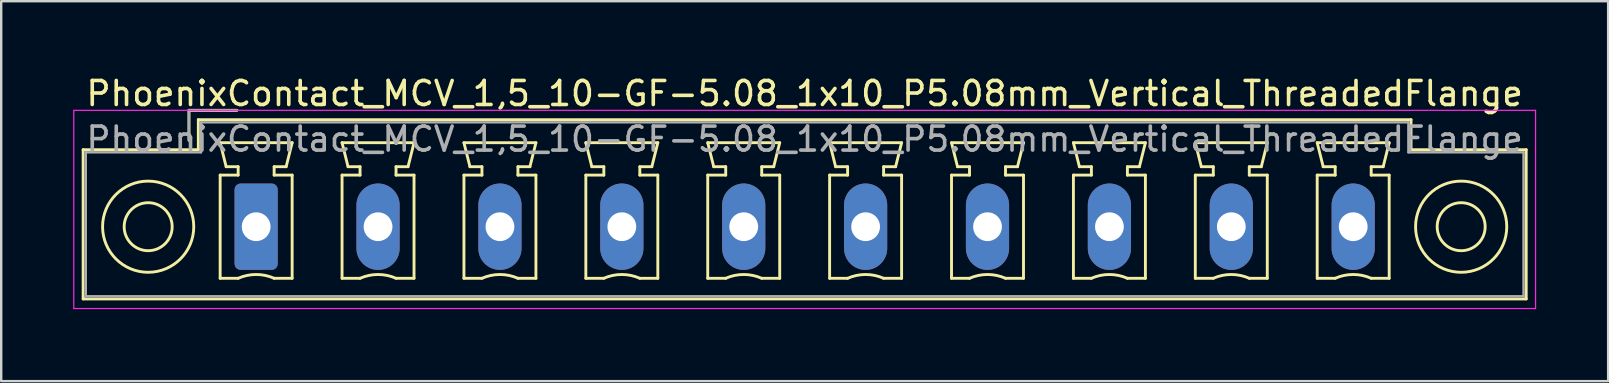
<source format=kicad_pcb>
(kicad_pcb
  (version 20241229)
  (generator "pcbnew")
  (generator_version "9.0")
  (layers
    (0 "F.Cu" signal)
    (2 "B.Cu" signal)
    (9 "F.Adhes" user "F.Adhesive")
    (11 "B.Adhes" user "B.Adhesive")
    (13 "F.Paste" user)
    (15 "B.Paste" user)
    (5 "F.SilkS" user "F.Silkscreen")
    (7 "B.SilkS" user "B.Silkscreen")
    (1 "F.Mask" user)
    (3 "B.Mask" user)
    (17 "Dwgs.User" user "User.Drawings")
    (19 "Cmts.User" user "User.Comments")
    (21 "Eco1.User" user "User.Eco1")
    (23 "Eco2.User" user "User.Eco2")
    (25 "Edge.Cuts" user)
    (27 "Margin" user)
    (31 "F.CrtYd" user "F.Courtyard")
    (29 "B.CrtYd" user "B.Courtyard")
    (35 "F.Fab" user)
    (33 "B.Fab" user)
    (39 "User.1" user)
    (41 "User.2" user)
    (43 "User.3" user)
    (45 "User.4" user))
  (footprint "PhoenixContact_MCV_1,5_10-GF-5.08_1x10_P5.08mm_Vertical_ThreadedFlange"
    (layer "F.Cu")
    (at 7.625 6.398)
    (property "Reference" "PhoenixContact_MCV_1,5_10-GF-5.08_1x10_P5.08mm_Vertical_ThreadedFlange" (at 22.86 -5.55 0) (layer "F.SilkS") (effects (font (size 1 1) (thickness 0.15))))
    (attr through_hole)
    (fp_line (start -7.21 -3.21) (end -7.21 3.01) (stroke (width 0.12) (type solid)) (layer "F.SilkS"))
    (fp_line (start -7.21 3.01) (end 52.93 3.01) (stroke (width 0.12) (type solid)) (layer "F.SilkS"))
    (fp_line (start -2.8 -4.85) (end -0.8 -4.85) (stroke (width 0.12) (type solid)) (layer "F.SilkS"))
    (fp_line (start -2.8 -3.6) (end -2.8 -4.85) (stroke (width 0.12) (type solid)) (layer "F.SilkS"))
    (fp_line (start -2.41 -4.46) (end -2.41 -3.21) (stroke (width 0.12) (type solid)) (layer "F.SilkS"))
    (fp_line (start -2.41 -3.21) (end -7.21 -3.21) (stroke (width 0.12) (type solid)) (layer "F.SilkS"))
    (fp_line (start -1.5 -3.5) (end 1.5 -3.5) (stroke (width 0.12) (type solid)) (layer "F.SilkS"))
    (fp_line (start -1.5 -2.15) (end -0.75 -2.15) (stroke (width 0.12) (type solid)) (layer "F.SilkS"))
    (fp_line (start -1.5 2.15) (end -1.5 -2.15) (stroke (width 0.12) (type solid)) (layer "F.SilkS"))
    (fp_line (start -1.25 -2.5) (end -1.5 -3.5) (stroke (width 0.12) (type solid)) (layer "F.SilkS"))
    (fp_line (start -0.75 -2.5) (end -1.25 -2.5) (stroke (width 0.12) (type solid)) (layer "F.SilkS"))
    (fp_line (start -0.75 -2.15) (end -0.75 -2.5) (stroke (width 0.12) (type solid)) (layer "F.SilkS"))
    (fp_line (start -0.75 2.15) (end -1.5 2.15) (stroke (width 0.12) (type solid)) (layer "F.SilkS"))
    (fp_line (start 0.75 -2.5) (end 0.75 -2.15) (stroke (width 0.12) (type solid)) (layer "F.SilkS"))
    (fp_line (start 0.75 -2.15) (end 1.5 -2.15) (stroke (width 0.12) (type solid)) (layer "F.SilkS"))
    (fp_line (start 1.25 -2.5) (end 0.75 -2.5) (stroke (width 0.12) (type solid)) (layer "F.SilkS"))
    (fp_line (start 1.5 -3.5) (end 1.25 -2.5) (stroke (width 0.12) (type solid)) (layer "F.SilkS"))
    (fp_line (start 1.5 -2.15) (end 1.5 2.15) (stroke (width 0.12) (type solid)) (layer "F.SilkS"))
    (fp_line (start 1.5 2.15) (end 0.75 2.15) (stroke (width 0.12) (type solid)) (layer "F.SilkS"))
    (fp_line (start 3.58 -3.5) (end 6.58 -3.5) (stroke (width 0.12) (type solid)) (layer "F.SilkS"))
    (fp_line (start 3.58 -2.15) (end 4.33 -2.15) (stroke (width 0.12) (type solid)) (layer "F.SilkS"))
    (fp_line (start 3.58 2.15) (end 3.58 -2.15) (stroke (width 0.12) (type solid)) (layer "F.SilkS"))
    (fp_line (start 3.83 -2.5) (end 3.58 -3.5) (stroke (width 0.12) (type solid)) (layer "F.SilkS"))
    (fp_line (start 4.33 -2.5) (end 3.83 -2.5) (stroke (width 0.12) (type solid)) (layer "F.SilkS"))
    (fp_line (start 4.33 -2.15) (end 4.33 -2.5) (stroke (width 0.12) (type solid)) (layer "F.SilkS"))
    (fp_line (start 4.33 2.15) (end 3.58 2.15) (stroke (width 0.12) (type solid)) (layer "F.SilkS"))
    (fp_line (start 5.83 -2.5) (end 5.83 -2.15) (stroke (width 0.12) (type solid)) (layer "F.SilkS"))
    (fp_line (start 5.83 -2.15) (end 6.58 -2.15) (stroke (width 0.12) (type solid)) (layer "F.SilkS"))
    (fp_line (start 6.33 -2.5) (end 5.83 -2.5) (stroke (width 0.12) (type solid)) (layer "F.SilkS"))
    (fp_line (start 6.58 -3.5) (end 6.33 -2.5) (stroke (width 0.12) (type solid)) (layer "F.SilkS"))
    (fp_line (start 6.58 -2.15) (end 6.58 2.15) (stroke (width 0.12) (type solid)) (layer "F.SilkS"))
    (fp_line (start 6.58 2.15) (end 5.83 2.15) (stroke (width 0.12) (type solid)) (layer "F.SilkS"))
    (fp_line (start 8.66 -3.5) (end 11.66 -3.5) (stroke (width 0.12) (type solid)) (layer "F.SilkS"))
    (fp_line (start 8.66 -2.15) (end 9.41 -2.15) (stroke (width 0.12) (type solid)) (layer "F.SilkS"))
    (fp_line (start 8.66 2.15) (end 8.66 -2.15) (stroke (width 0.12) (type solid)) (layer "F.SilkS"))
    (fp_line (start 8.91 -2.5) (end 8.66 -3.5) (stroke (width 0.12) (type solid)) (layer "F.SilkS"))
    (fp_line (start 9.41 -2.5) (end 8.91 -2.5) (stroke (width 0.12) (type solid)) (layer "F.SilkS"))
    (fp_line (start 9.41 -2.15) (end 9.41 -2.5) (stroke (width 0.12) (type solid)) (layer "F.SilkS"))
    (fp_line (start 9.41 2.15) (end 8.66 2.15) (stroke (width 0.12) (type solid)) (layer "F.SilkS"))
    (fp_line (start 10.91 -2.5) (end 10.91 -2.15) (stroke (width 0.12) (type solid)) (layer "F.SilkS"))
    (fp_line (start 10.91 -2.15) (end 11.66 -2.15) (stroke (width 0.12) (type solid)) (layer "F.SilkS"))
    (fp_line (start 11.41 -2.5) (end 10.91 -2.5) (stroke (width 0.12) (type solid)) (layer "F.SilkS"))
    (fp_line (start 11.66 -3.5) (end 11.41 -2.5) (stroke (width 0.12) (type solid)) (layer "F.SilkS"))
    (fp_line (start 11.66 -2.15) (end 11.66 2.15) (stroke (width 0.12) (type solid)) (layer "F.SilkS"))
    (fp_line (start 11.66 2.15) (end 10.91 2.15) (stroke (width 0.12) (type solid)) (layer "F.SilkS"))
    (fp_line (start 13.74 -3.5) (end 16.74 -3.5) (stroke (width 0.12) (type solid)) (layer "F.SilkS"))
    (fp_line (start 13.74 -2.15) (end 14.49 -2.15) (stroke (width 0.12) (type solid)) (layer "F.SilkS"))
    (fp_line (start 13.74 2.15) (end 13.74 -2.15) (stroke (width 0.12) (type solid)) (layer "F.SilkS"))
    (fp_line (start 13.99 -2.5) (end 13.74 -3.5) (stroke (width 0.12) (type solid)) (layer "F.SilkS"))
    (fp_line (start 14.49 -2.5) (end 13.99 -2.5) (stroke (width 0.12) (type solid)) (layer "F.SilkS"))
    (fp_line (start 14.49 -2.15) (end 14.49 -2.5) (stroke (width 0.12) (type solid)) (layer "F.SilkS"))
    (fp_line (start 14.49 2.15) (end 13.74 2.15) (stroke (width 0.12) (type solid)) (layer "F.SilkS"))
    (fp_line (start 15.99 -2.5) (end 15.99 -2.15) (stroke (width 0.12) (type solid)) (layer "F.SilkS"))
    (fp_line (start 15.99 -2.15) (end 16.74 -2.15) (stroke (width 0.12) (type solid)) (layer "F.SilkS"))
    (fp_line (start 16.49 -2.5) (end 15.99 -2.5) (stroke (width 0.12) (type solid)) (layer "F.SilkS"))
    (fp_line (start 16.74 -3.5) (end 16.49 -2.5) (stroke (width 0.12) (type solid)) (layer "F.SilkS"))
    (fp_line (start 16.74 -2.15) (end 16.74 2.15) (stroke (width 0.12) (type solid)) (layer "F.SilkS"))
    (fp_line (start 16.74 2.15) (end 15.99 2.15) (stroke (width 0.12) (type solid)) (layer "F.SilkS"))
    (fp_line (start 18.82 -3.5) (end 21.82 -3.5) (stroke (width 0.12) (type solid)) (layer "F.SilkS"))
    (fp_line (start 18.82 -2.15) (end 19.57 -2.15) (stroke (width 0.12) (type solid)) (layer "F.SilkS"))
    (fp_line (start 18.82 2.15) (end 18.82 -2.15) (stroke (width 0.12) (type solid)) (layer "F.SilkS"))
    (fp_line (start 19.07 -2.5) (end 18.82 -3.5) (stroke (width 0.12) (type solid)) (layer "F.SilkS"))
    (fp_line (start 19.57 -2.5) (end 19.07 -2.5) (stroke (width 0.12) (type solid)) (layer "F.SilkS"))
    (fp_line (start 19.57 -2.15) (end 19.57 -2.5) (stroke (width 0.12) (type solid)) (layer "F.SilkS"))
    (fp_line (start 19.57 2.15) (end 18.82 2.15) (stroke (width 0.12) (type solid)) (layer "F.SilkS"))
    (fp_line (start 21.07 -2.5) (end 21.07 -2.15) (stroke (width 0.12) (type solid)) (layer "F.SilkS"))
    (fp_line (start 21.07 -2.15) (end 21.82 -2.15) (stroke (width 0.12) (type solid)) (layer "F.SilkS"))
    (fp_line (start 21.57 -2.5) (end 21.07 -2.5) (stroke (width 0.12) (type solid)) (layer "F.SilkS"))
    (fp_line (start 21.82 -3.5) (end 21.57 -2.5) (stroke (width 0.12) (type solid)) (layer "F.SilkS"))
    (fp_line (start 21.82 -2.15) (end 21.82 2.15) (stroke (width 0.12) (type solid)) (layer "F.SilkS"))
    (fp_line (start 21.82 2.15) (end 21.07 2.15) (stroke (width 0.12) (type solid)) (layer "F.SilkS"))
    (fp_line (start 23.9 -3.5) (end 26.9 -3.5) (stroke (width 0.12) (type solid)) (layer "F.SilkS"))
    (fp_line (start 23.9 -2.15) (end 24.65 -2.15) (stroke (width 0.12) (type solid)) (layer "F.SilkS"))
    (fp_line (start 23.9 2.15) (end 23.9 -2.15) (stroke (width 0.12) (type solid)) (layer "F.SilkS"))
    (fp_line (start 24.15 -2.5) (end 23.9 -3.5) (stroke (width 0.12) (type solid)) (layer "F.SilkS"))
    (fp_line (start 24.65 -2.5) (end 24.15 -2.5) (stroke (width 0.12) (type solid)) (layer "F.SilkS"))
    (fp_line (start 24.65 -2.15) (end 24.65 -2.5) (stroke (width 0.12) (type solid)) (layer "F.SilkS"))
    (fp_line (start 24.65 2.15) (end 23.9 2.15) (stroke (width 0.12) (type solid)) (layer "F.SilkS"))
    (fp_line (start 26.15 -2.5) (end 26.15 -2.15) (stroke (width 0.12) (type solid)) (layer "F.SilkS"))
    (fp_line (start 26.15 -2.15) (end 26.9 -2.15) (stroke (width 0.12) (type solid)) (layer "F.SilkS"))
    (fp_line (start 26.65 -2.5) (end 26.15 -2.5) (stroke (width 0.12) (type solid)) (layer "F.SilkS"))
    (fp_line (start 26.9 -3.5) (end 26.65 -2.5) (stroke (width 0.12) (type solid)) (layer "F.SilkS"))
    (fp_line (start 26.9 -2.15) (end 26.9 2.15) (stroke (width 0.12) (type solid)) (layer "F.SilkS"))
    (fp_line (start 26.9 2.15) (end 26.15 2.15) (stroke (width 0.12) (type solid)) (layer "F.SilkS"))
    (fp_line (start 28.98 -3.5) (end 31.98 -3.5) (stroke (width 0.12) (type solid)) (layer "F.SilkS"))
    (fp_line (start 28.98 -2.15) (end 29.73 -2.15) (stroke (width 0.12) (type solid)) (layer "F.SilkS"))
    (fp_line (start 28.98 2.15) (end 28.98 -2.15) (stroke (width 0.12) (type solid)) (layer "F.SilkS"))
    (fp_line (start 29.23 -2.5) (end 28.98 -3.5) (stroke (width 0.12) (type solid)) (layer "F.SilkS"))
    (fp_line (start 29.73 -2.5) (end 29.23 -2.5) (stroke (width 0.12) (type solid)) (layer "F.SilkS"))
    (fp_line (start 29.73 -2.15) (end 29.73 -2.5) (stroke (width 0.12) (type solid)) (layer "F.SilkS"))
    (fp_line (start 29.73 2.15) (end 28.98 2.15) (stroke (width 0.12) (type solid)) (layer "F.SilkS"))
    (fp_line (start 31.23 -2.5) (end 31.23 -2.15) (stroke (width 0.12) (type solid)) (layer "F.SilkS"))
    (fp_line (start 31.23 -2.15) (end 31.98 -2.15) (stroke (width 0.12) (type solid)) (layer "F.SilkS"))
    (fp_line (start 31.73 -2.5) (end 31.23 -2.5) (stroke (width 0.12) (type solid)) (layer "F.SilkS"))
    (fp_line (start 31.98 -3.5) (end 31.73 -2.5) (stroke (width 0.12) (type solid)) (layer "F.SilkS"))
    (fp_line (start 31.98 -2.15) (end 31.98 2.15) (stroke (width 0.12) (type solid)) (layer "F.SilkS"))
    (fp_line (start 31.98 2.15) (end 31.23 2.15) (stroke (width 0.12) (type solid)) (layer "F.SilkS"))
    (fp_line (start 34.06 -3.5) (end 37.06 -3.5) (stroke (width 0.12) (type solid)) (layer "F.SilkS"))
    (fp_line (start 34.06 -2.15) (end 34.81 -2.15) (stroke (width 0.12) (type solid)) (layer "F.SilkS"))
    (fp_line (start 34.06 2.15) (end 34.06 -2.15) (stroke (width 0.12) (type solid)) (layer "F.SilkS"))
    (fp_line (start 34.31 -2.5) (end 34.06 -3.5) (stroke (width 0.12) (type solid)) (layer "F.SilkS"))
    (fp_line (start 34.81 -2.5) (end 34.31 -2.5) (stroke (width 0.12) (type solid)) (layer "F.SilkS"))
    (fp_line (start 34.81 -2.15) (end 34.81 -2.5) (stroke (width 0.12) (type solid)) (layer "F.SilkS"))
    (fp_line (start 34.81 2.15) (end 34.06 2.15) (stroke (width 0.12) (type solid)) (layer "F.SilkS"))
    (fp_line (start 36.31 -2.5) (end 36.31 -2.15) (stroke (width 0.12) (type solid)) (layer "F.SilkS"))
    (fp_line (start 36.31 -2.15) (end 37.06 -2.15) (stroke (width 0.12) (type solid)) (layer "F.SilkS"))
    (fp_line (start 36.81 -2.5) (end 36.31 -2.5) (stroke (width 0.12) (type solid)) (layer "F.SilkS"))
    (fp_line (start 37.06 -3.5) (end 36.81 -2.5) (stroke (width 0.12) (type solid)) (layer "F.SilkS"))
    (fp_line (start 37.06 -2.15) (end 37.06 2.15) (stroke (width 0.12) (type solid)) (layer "F.SilkS"))
    (fp_line (start 37.06 2.15) (end 36.31 2.15) (stroke (width 0.12) (type solid)) (layer "F.SilkS"))
    (fp_line (start 39.14 -3.5) (end 42.14 -3.5) (stroke (width 0.12) (type solid)) (layer "F.SilkS"))
    (fp_line (start 39.14 -2.15) (end 39.89 -2.15) (stroke (width 0.12) (type solid)) (layer "F.SilkS"))
    (fp_line (start 39.14 2.15) (end 39.14 -2.15) (stroke (width 0.12) (type solid)) (layer "F.SilkS"))
    (fp_line (start 39.39 -2.5) (end 39.14 -3.5) (stroke (width 0.12) (type solid)) (layer "F.SilkS"))
    (fp_line (start 39.89 -2.5) (end 39.39 -2.5) (stroke (width 0.12) (type solid)) (layer "F.SilkS"))
    (fp_line (start 39.89 -2.15) (end 39.89 -2.5) (stroke (width 0.12) (type solid)) (layer "F.SilkS"))
    (fp_line (start 39.89 2.15) (end 39.14 2.15) (stroke (width 0.12) (type solid)) (layer "F.SilkS"))
    (fp_line (start 41.39 -2.5) (end 41.39 -2.15) (stroke (width 0.12) (type solid)) (layer "F.SilkS"))
    (fp_line (start 41.39 -2.15) (end 42.14 -2.15) (stroke (width 0.12) (type solid)) (layer "F.SilkS"))
    (fp_line (start 41.89 -2.5) (end 41.39 -2.5) (stroke (width 0.12) (type solid)) (layer "F.SilkS"))
    (fp_line (start 42.14 -3.5) (end 41.89 -2.5) (stroke (width 0.12) (type solid)) (layer "F.SilkS"))
    (fp_line (start 42.14 -2.15) (end 42.14 2.15) (stroke (width 0.12) (type solid)) (layer "F.SilkS"))
    (fp_line (start 42.14 2.15) (end 41.39 2.15) (stroke (width 0.12) (type solid)) (layer "F.SilkS"))
    (fp_line (start 44.22 -3.5) (end 47.22 -3.5) (stroke (width 0.12) (type solid)) (layer "F.SilkS"))
    (fp_line (start 44.22 -2.15) (end 44.97 -2.15) (stroke (width 0.12) (type solid)) (layer "F.SilkS"))
    (fp_line (start 44.22 2.15) (end 44.22 -2.15) (stroke (width 0.12) (type solid)) (layer "F.SilkS"))
    (fp_line (start 44.47 -2.5) (end 44.22 -3.5) (stroke (width 0.12) (type solid)) (layer "F.SilkS"))
    (fp_line (start 44.97 -2.5) (end 44.47 -2.5) (stroke (width 0.12) (type solid)) (layer "F.SilkS"))
    (fp_line (start 44.97 -2.15) (end 44.97 -2.5) (stroke (width 0.12) (type solid)) (layer "F.SilkS"))
    (fp_line (start 44.97 2.15) (end 44.22 2.15) (stroke (width 0.12) (type solid)) (layer "F.SilkS"))
    (fp_line (start 46.47 -2.5) (end 46.47 -2.15) (stroke (width 0.12) (type solid)) (layer "F.SilkS"))
    (fp_line (start 46.47 -2.15) (end 47.22 -2.15) (stroke (width 0.12) (type solid)) (layer "F.SilkS"))
    (fp_line (start 46.97 -2.5) (end 46.47 -2.5) (stroke (width 0.12) (type solid)) (layer "F.SilkS"))
    (fp_line (start 47.22 -3.5) (end 46.97 -2.5) (stroke (width 0.12) (type solid)) (layer "F.SilkS"))
    (fp_line (start 47.22 -2.15) (end 47.22 2.15) (stroke (width 0.12) (type solid)) (layer "F.SilkS"))
    (fp_line (start 47.22 2.15) (end 46.47 2.15) (stroke (width 0.12) (type solid)) (layer "F.SilkS"))
    (fp_line (start 48.13 -4.46) (end -2.41 -4.46) (stroke (width 0.12) (type solid)) (layer "F.SilkS"))
    (fp_line (start 48.13 -3.21) (end 48.13 -4.46) (stroke (width 0.12) (type solid)) (layer "F.SilkS"))
    (fp_line (start 52.93 -3.21) (end 48.13 -3.21) (stroke (width 0.12) (type solid)) (layer "F.SilkS"))
    (fp_line (start 52.93 3.01) (end 52.93 -3.21) (stroke (width 0.12) (type solid)) (layer "F.SilkS"))
    (fp_arc (start -0.75 2.15) (mid -0.000193 1.99191) (end 0.749647 2.149844) (stroke (width 0.12) (type solid)) (layer "F.SilkS"))
    (fp_arc (start 4.33 2.15) (mid 5.079807 1.99191) (end 5.829647 2.149844) (stroke (width 0.12) (type solid)) (layer "F.SilkS"))
    (fp_arc (start 9.41 2.15) (mid 10.159807 1.99191) (end 10.909647 2.149844) (stroke (width 0.12) (type solid)) (layer "F.SilkS"))
    (fp_arc (start 14.49 2.15) (mid 15.239807 1.99191) (end 15.989647 2.149844) (stroke (width 0.12) (type solid)) (layer "F.SilkS"))
    (fp_arc (start 19.57 2.15) (mid 20.319807 1.99191) (end 21.069647 2.149844) (stroke (width 0.12) (type solid)) (layer "F.SilkS"))
    (fp_arc (start 24.65 2.15) (mid 25.399807 1.99191) (end 26.149647 2.149844) (stroke (width 0.12) (type solid)) (layer "F.SilkS"))
    (fp_arc (start 29.73 2.15) (mid 30.479807 1.99191) (end 31.229647 2.149844) (stroke (width 0.12) (type solid)) (layer "F.SilkS"))
    (fp_arc (start 34.81 2.15) (mid 35.559807 1.99191) (end 36.309647 2.149844) (stroke (width 0.12) (type solid)) (layer "F.SilkS"))
    (fp_arc (start 39.89 2.15) (mid 40.639807 1.99191) (end 41.389647 2.149844) (stroke (width 0.12) (type solid)) (layer "F.SilkS"))
    (fp_arc (start 44.97 2.15) (mid 45.719807 1.99191) (end 46.469647 2.149844) (stroke (width 0.12) (type solid)) (layer "F.SilkS"))
    (fp_circle (center -4.5 0) (end -3.5 0) (stroke (width 0.12) (type solid)) (fill no) (layer "F.SilkS"))
    (fp_circle (center -4.5 0) (end -2.6 0) (stroke (width 0.12) (type solid)) (fill no) (layer "F.SilkS"))
    (fp_circle (center 50.22 0) (end 51.22 0) (stroke (width 0.12) (type solid)) (fill no) (layer "F.SilkS"))
    (fp_circle (center 50.22 0) (end 52.12 0) (stroke (width 0.12) (type solid)) (fill no) (layer "F.SilkS"))
    (fp_line (start -7.6 -4.85) (end -7.6 3.41) (stroke (width 0.05) (type solid)) (layer "F.CrtYd"))
    (fp_line (start -7.6 3.41) (end 53.32 3.41) (stroke (width 0.05) (type solid)) (layer "F.CrtYd"))
    (fp_line (start 53.32 -4.85) (end -7.6 -4.85) (stroke (width 0.05) (type solid)) (layer "F.CrtYd"))
    (fp_line (start 53.32 3.41) (end 53.32 -4.85) (stroke (width 0.05) (type solid)) (layer "F.CrtYd"))
    (fp_line (start -7.1 -3.1) (end -7.1 2.9) (stroke (width 0.1) (type solid)) (layer "F.Fab"))
    (fp_line (start -7.1 2.9) (end 52.82 2.9) (stroke (width 0.1) (type solid)) (layer "F.Fab"))
    (fp_line (start -2.8 -4.85) (end -0.8 -4.85) (stroke (width 0.1) (type solid)) (layer "F.Fab"))
    (fp_line (start -2.8 -3.6) (end -2.8 -4.85) (stroke (width 0.1) (type solid)) (layer "F.Fab"))
    (fp_line (start -2.3 -4.35) (end -2.3 -3.1) (stroke (width 0.1) (type solid)) (layer "F.Fab"))
    (fp_line (start -2.3 -3.1) (end -7.1 -3.1) (stroke (width 0.1) (type solid)) (layer "F.Fab"))
    (fp_line (start 48.02 -4.35) (end -2.3 -4.35) (stroke (width 0.1) (type solid)) (layer "F.Fab"))
    (fp_line (start 48.02 -3.1) (end 48.02 -4.35) (stroke (width 0.1) (type solid)) (layer "F.Fab"))
    (fp_line (start 52.82 -3.1) (end 48.02 -3.1) (stroke (width 0.1) (type solid)) (layer "F.Fab"))
    (fp_line (start 52.82 2.9) (end 52.82 -3.1) (stroke (width 0.1) (type solid)) (layer "F.Fab"))
    (fp_text user "${REFERENCE}" (at 22.86 -3.65 0) (layer "F.Fab") (effects (font (size 1 1) (thickness 0.15))))
    (pad "1" thru_hole roundrect (at 0 0) (size 1.8 3.6) (drill 1.2) (layers "*.Cu" "*.Mask") (roundrect_rratio 0.139))
    (pad "2" thru_hole oval (at 5.08 0) (size 1.8 3.6) (drill 1.2) (layers "*.Cu" "*.Mask"))
    (pad "3" thru_hole oval (at 10.16 0) (size 1.8 3.6) (drill 1.2) (layers "*.Cu" "*.Mask"))
    (pad "4" thru_hole oval (at 15.24 0) (size 1.8 3.6) (drill 1.2) (layers "*.Cu" "*.Mask"))
    (pad "5" thru_hole oval (at 20.32 0) (size 1.8 3.6) (drill 1.2) (layers "*.Cu" "*.Mask"))
    (pad "6" thru_hole oval (at 25.4 0) (size 1.8 3.6) (drill 1.2) (layers "*.Cu" "*.Mask"))
    (pad "7" thru_hole oval (at 30.48 0) (size 1.8 3.6) (drill 1.2) (layers "*.Cu" "*.Mask"))
    (pad "8" thru_hole oval (at 35.56 0) (size 1.8 3.6) (drill 1.2) (layers "*.Cu" "*.Mask"))
    (pad "9" thru_hole oval (at 40.64 0) (size 1.8 3.6) (drill 1.2) (layers "*.Cu" "*.Mask"))
    (pad "10" thru_hole oval (at 45.72 0) (size 1.8 3.6) (drill 1.2) (layers "*.Cu" "*.Mask")))
  (gr_rect
    (start -3 -3)
    (end 63.97 12.833)
    (stroke (width 0.1) (type default))
    (fill no)
    (layer "Edge.Cuts")))
</source>
